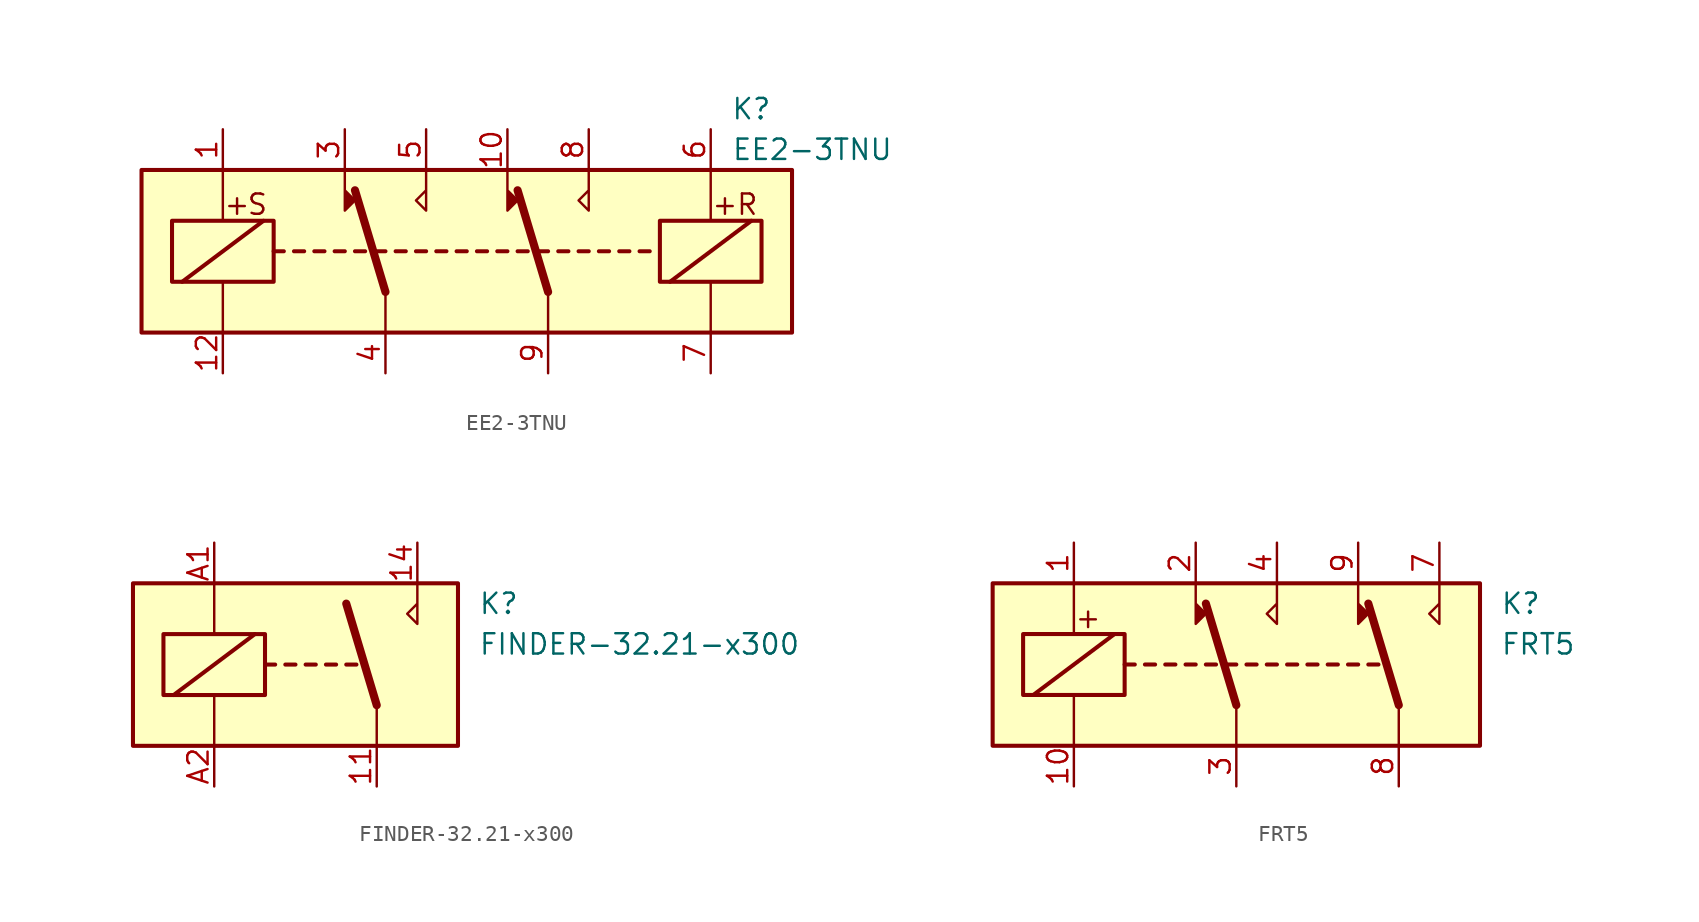
<source format=kicad_sym>
(kicad_symbol_lib
  (version 20201005)
  (generator kicad_symbol_editor)
  (symbol "EE2-3TNU"
    (property "Reference" "K"
      (at 17.78 8.89 0)
      (effects (font (size 1.27 1.27))))
    (property "Value" "EE2-3TNU"
      (at 21.59 6.35 0)
      (effects (font (size 1.27 1.27))))
    (symbol "EE2-3TNU_1_1"
      (text "+" (at -14.351 2.921 0) (effects (font (size 1.27 1.27))))
      (text "+" (at 16.129 2.921 0) (effects (font (size 1.27 1.27))))
      (text "R" (at 17.526 2.921 0) (effects (font (size 1.27 1.27))))
      (text "S" (at -13.081 2.921 0) (effects (font (size 1.27 1.27))))
      (rectangle (start -18.415 1.905) (end -12.065 -1.905) (stroke (width 0.254)) (fill (type none)))
      (rectangle (start 12.065 1.905) (end 18.415 -1.905) (stroke (width 0.254)) (fill (type none)))
      (rectangle (start -20.32 5.08) (end 20.32 -5.08) (stroke (width 0.254)) (fill (type background)))
      (polyline (pts (xy -17.78 -1.905) (xy -12.7 1.905)) (stroke (width 0.254)) (fill (type none)))
      (polyline (pts (xy -15.24 -5.08) (xy -15.24 -1.905)) (stroke (width 0)) (fill (type none)))
      (polyline (pts (xy -15.24 5.08) (xy -15.24 1.905)) (stroke (width 0)) (fill (type none)))
      (polyline (pts (xy -12.065 0) (xy -11.43 0)) (stroke (width 0.254)) (fill (type none)))
      (polyline (pts (xy -10.795 0) (xy -10.16 0)) (stroke (width 0.254)) (fill (type none)))
      (polyline (pts (xy -9.525 0) (xy -8.89 0)) (stroke (width 0.254)) (fill (type none)))
      (polyline (pts (xy -8.255 0) (xy -7.62 0)) (stroke (width 0.254)) (fill (type none)))
      (polyline (pts (xy -6.985 0) (xy -6.35 0)) (stroke (width 0.254)) (fill (type none)))
      (polyline (pts (xy -5.715 0) (xy -5.08 0)) (stroke (width 0.254)) (fill (type none)))
      (polyline (pts (xy -5.08 -2.54) (xy -6.985 3.81)) (stroke (width 0.508)) (fill (type none)))
      (polyline (pts (xy -5.08 -2.54) (xy -5.08 -5.08)) (stroke (width 0)) (fill (type none)))
      (polyline (pts (xy -4.445 0) (xy -3.81 0)) (stroke (width 0.254)) (fill (type none)))
      (polyline (pts (xy -3.175 0) (xy -2.54 0)) (stroke (width 0.254)) (fill (type none)))
      (polyline (pts (xy -1.905 0) (xy -1.27 0)) (stroke (width 0.254)) (fill (type none)))
      (polyline (pts (xy -0.635 0) (xy 0 0)) (stroke (width 0.254)) (fill (type none)))
      (polyline (pts (xy 0.635 0) (xy 1.27 0)) (stroke (width 0.254)) (fill (type none)))
      (polyline (pts (xy 1.905 0) (xy 2.54 0)) (stroke (width 0.254)) (fill (type none)))
      (polyline (pts (xy 3.175 0) (xy 3.81 0)) (stroke (width 0.254)) (fill (type none)))
      (polyline (pts (xy 4.445 0) (xy 5.08 0)) (stroke (width 0.254)) (fill (type none)))
      (polyline (pts (xy 5.08 -2.54) (xy 3.175 3.81)) (stroke (width 0.508)) (fill (type none)))
      (polyline (pts (xy 5.08 -2.54) (xy 5.08 -5.08)) (stroke (width 0)) (fill (type none)))
      (polyline (pts (xy 5.715 0) (xy 6.35 0)) (stroke (width 0.254)) (fill (type none)))
      (polyline (pts (xy 6.985 0) (xy 7.62 0)) (stroke (width 0.254)) (fill (type none)))
      (polyline (pts (xy 8.255 0) (xy 8.89 0)) (stroke (width 0.254)) (fill (type none)))
      (polyline (pts (xy 9.525 0) (xy 10.16 0)) (stroke (width 0.254)) (fill (type none)))
      (polyline (pts (xy 10.795 0) (xy 11.43 0)) (stroke (width 0.254)) (fill (type none)))
      (polyline (pts (xy 12.7 -1.905) (xy 17.78 1.905)) (stroke (width 0.254)) (fill (type none)))
      (polyline (pts (xy 15.24 -5.08) (xy 15.24 -1.905)) (stroke (width 0)) (fill (type none)))
      (polyline (pts (xy 15.24 5.08) (xy 15.24 1.905)) (stroke (width 0)) (fill (type none)))
      (polyline (pts (xy -2.54 5.08) (xy -2.54 2.54) (xy -3.175 3.175) (xy -2.54 3.81)) (stroke (width 0)) (fill (type none)))
      (polyline (pts (xy 7.62 5.08) (xy 7.62 2.54) (xy 6.985 3.175) (xy 7.62 3.81)) (stroke (width 0)) (fill (type none)))
      (polyline (pts (xy -7.62 5.08) (xy -7.62 2.54) (xy -6.985 3.175) (xy -7.62 3.81)) (stroke (width 0)) (fill (type outline)))
      (polyline (pts (xy 2.54 5.08) (xy 2.54 2.54) (xy 3.175 3.175) (xy 2.54 3.81)) (stroke (width 0)) (fill (type outline)))
      (pin passive line (at -15.24 7.62 270) (length 2.54) (name "~" (effects (font (size 1.27 1.27)))) (number "1" (effects (font (size 1.27 1.27)))))
      (pin passive line (at 2.54 7.62 270) (length 2.54) (name "~" (effects (font (size 1.27 1.27)))) (number "10" (effects (font (size 1.27 1.27)))))
      (pin passive line (at -15.24 -7.62 90) (length 2.54) (name "~" (effects (font (size 1.27 1.27)))) (number "12" (effects (font (size 1.27 1.27)))))
      (pin passive line (at -7.62 7.62 270) (length 2.54) (name "~" (effects (font (size 1.27 1.27)))) (number "3" (effects (font (size 1.27 1.27)))))
      (pin passive line (at -5.08 -7.62 90) (length 2.54) (name "~" (effects (font (size 1.27 1.27)))) (number "4" (effects (font (size 1.27 1.27)))))
      (pin passive line (at -2.54 7.62 270) (length 2.54) (name "~" (effects (font (size 1.27 1.27)))) (number "5" (effects (font (size 1.27 1.27)))))
      (pin passive line (at 15.24 7.62 270) (length 2.54) (name "~" (effects (font (size 1.27 1.27)))) (number "6" (effects (font (size 1.27 1.27)))))
      (pin passive line (at 15.24 -7.62 90) (length 2.54) (name "~" (effects (font (size 1.27 1.27)))) (number "7" (effects (font (size 1.27 1.27)))))
      (pin passive line (at 7.62 7.62 270) (length 2.54) (name "~" (effects (font (size 1.27 1.27)))) (number "8" (effects (font (size 1.27 1.27)))))
      (pin passive line (at 5.08 -7.62 90) (length 2.54) (name "~" (effects (font (size 1.27 1.27)))) (number "9" (effects (font (size 1.27 1.27)))))))
  (symbol "FINDER-32.21-x300"
    (property "Reference" "K"
      (at 11.43 3.81 0)
      (effects (font (size 1.27 1.27)) (justify left)))
    (property "Value" "FINDER-32.21-x300"
      (at 11.43 1.27 0)
      (effects (font (size 1.27 1.27)) (justify left)))
    (symbol "FINDER-32.21-x300_0_1"
      (rectangle (start -8.255 1.905) (end -1.905 -1.905) (stroke (width 0.254)) (fill (type none)))
      (rectangle (start -10.16 5.08) (end 10.16 -5.08) (stroke (width 0.254)) (fill (type background)))
      (polyline (pts (xy -7.62 -1.905) (xy -2.54 1.905)) (stroke (width 0.254)) (fill (type none)))
      (polyline (pts (xy -5.08 -5.08) (xy -5.08 -1.905)) (stroke (width 0)) (fill (type none)))
      (polyline (pts (xy -5.08 5.08) (xy -5.08 1.905)) (stroke (width 0)) (fill (type none)))
      (polyline (pts (xy -1.905 0) (xy -1.27 0)) (stroke (width 0.254)) (fill (type none)))
      (polyline (pts (xy -0.635 0) (xy 0 0)) (stroke (width 0.254)) (fill (type none)))
      (polyline (pts (xy 0.635 0) (xy 1.27 0)) (stroke (width 0.254)) (fill (type none)))
      (polyline (pts (xy 1.905 0) (xy 2.54 0)) (stroke (width 0.254)) (fill (type none)))
      (polyline (pts (xy 3.175 0) (xy 3.81 0)) (stroke (width 0.254)) (fill (type none)))
      (polyline (pts (xy 5.08 -2.54) (xy 3.175 3.81)) (stroke (width 0.508)) (fill (type none)))
      (polyline (pts (xy 5.08 -2.54) (xy 5.08 -5.08)) (stroke (width 0)) (fill (type none)))
      (polyline (pts (xy 7.62 5.08) (xy 7.62 2.54) (xy 6.985 3.175) (xy 7.62 3.81)) (stroke (width 0)) (fill (type none))))
    (symbol "FINDER-32.21-x300_1_1"
      (pin passive line (at 5.08 -7.62 90) (length 2.54) (name "~" (effects (font (size 1.27 1.27)))) (number "11" (effects (font (size 1.27 1.27)))))
      (pin passive line (at 7.62 7.62 270) (length 2.54) (name "~" (effects (font (size 1.27 1.27)))) (number "14" (effects (font (size 1.27 1.27)))))
      (pin passive line (at -5.08 7.62 270) (length 2.54) (name "~" (effects (font (size 1.27 1.27)))) (number "A1" (effects (font (size 1.27 1.27)))))
      (pin passive line (at -5.08 -7.62 90) (length 2.54) (name "~" (effects (font (size 1.27 1.27)))) (number "A2" (effects (font (size 1.27 1.27)))))))
  (symbol "FRT5"
    (property "Reference" "K"
      (at 16.51 3.81 0)
      (effects (font (size 1.27 1.27)) (justify left)))
    (property "Value" "FRT5"
      (at 16.51 1.27 0)
      (effects (font (size 1.27 1.27)) (justify left)))
    (symbol "FRT5_0_0"
      (text "+" (at -9.271 2.921 0) (effects (font (size 1.27 1.27)))))
    (symbol "FRT5_0_1"
      (rectangle (start -13.335 1.905) (end -6.985 -1.905) (stroke (width 0.254)) (fill (type none)))
      (rectangle (start -15.24 5.08) (end 15.24 -5.08) (stroke (width 0.254)) (fill (type background)))
      (polyline (pts (xy -12.7 -1.905) (xy -7.62 1.905)) (stroke (width 0.254)) (fill (type none)))
      (polyline (pts (xy -10.16 -5.08) (xy -10.16 -1.905)) (stroke (width 0)) (fill (type none)))
      (polyline (pts (xy -10.16 5.08) (xy -10.16 1.905)) (stroke (width 0)) (fill (type none)))
      (polyline (pts (xy -6.985 0) (xy -6.35 0)) (stroke (width 0.254)) (fill (type none)))
      (polyline (pts (xy -5.715 0) (xy -5.08 0)) (stroke (width 0.254)) (fill (type none)))
      (polyline (pts (xy -4.445 0) (xy -3.81 0)) (stroke (width 0.254)) (fill (type none)))
      (polyline (pts (xy -3.175 0) (xy -2.54 0)) (stroke (width 0.254)) (fill (type none)))
      (polyline (pts (xy -1.905 0) (xy -1.27 0)) (stroke (width 0.254)) (fill (type none)))
      (polyline (pts (xy -0.635 0) (xy 0 0)) (stroke (width 0.254)) (fill (type none)))
      (polyline (pts (xy 0 -2.54) (xy -1.905 3.81)) (stroke (width 0.508)) (fill (type none)))
      (polyline (pts (xy 0 -2.54) (xy 0 -5.08)) (stroke (width 0)) (fill (type none)))
      (polyline (pts (xy 0.635 0) (xy 1.27 0)) (stroke (width 0.254)) (fill (type none)))
      (polyline (pts (xy 1.905 0) (xy 2.54 0)) (stroke (width 0.254)) (fill (type none)))
      (polyline (pts (xy 3.175 0) (xy 3.81 0)) (stroke (width 0.254)) (fill (type none)))
      (polyline (pts (xy 4.445 0) (xy 5.08 0)) (stroke (width 0.254)) (fill (type none)))
      (polyline (pts (xy 5.715 0) (xy 6.35 0)) (stroke (width 0.254)) (fill (type none)))
      (polyline (pts (xy 6.985 0) (xy 7.62 0)) (stroke (width 0.254)) (fill (type none)))
      (polyline (pts (xy 8.255 0) (xy 8.89 0)) (stroke (width 0.254)) (fill (type none)))
      (polyline (pts (xy 10.16 -2.54) (xy 8.255 3.81)) (stroke (width 0.508)) (fill (type none)))
      (polyline (pts (xy 10.16 -2.54) (xy 10.16 -5.08)) (stroke (width 0)) (fill (type none)))
      (polyline (pts (xy 2.54 5.08) (xy 2.54 2.54) (xy 1.905 3.175) (xy 2.54 3.81)) (stroke (width 0)) (fill (type none)))
      (polyline (pts (xy 12.7 5.08) (xy 12.7 2.54) (xy 12.065 3.175) (xy 12.7 3.81)) (stroke (width 0)) (fill (type none)))
      (polyline (pts (xy -2.54 5.08) (xy -2.54 2.54) (xy -1.905 3.175) (xy -2.54 3.81)) (stroke (width 0)) (fill (type outline)))
      (polyline (pts (xy 7.62 5.08) (xy 7.62 2.54) (xy 8.255 3.175) (xy 7.62 3.81)) (stroke (width 0)) (fill (type outline))))
    (symbol "FRT5_1_1"
      (pin passive line (at -10.16 7.62 270) (length 2.54) (name "~" (effects (font (size 1.27 1.27)))) (number "1" (effects (font (size 1.27 1.27)))))
      (pin passive line (at -10.16 -7.62 90) (length 2.54) (name "~" (effects (font (size 1.27 1.27)))) (number "10" (effects (font (size 1.27 1.27)))))
      (pin passive line (at -2.54 7.62 270) (length 2.54) (name "~" (effects (font (size 1.27 1.27)))) (number "2" (effects (font (size 1.27 1.27)))))
      (pin passive line (at 0 -7.62 90) (length 2.54) (name "~" (effects (font (size 1.27 1.27)))) (number "3" (effects (font (size 1.27 1.27)))))
      (pin passive line (at 2.54 7.62 270) (length 2.54) (name "~" (effects (font (size 1.27 1.27)))) (number "4" (effects (font (size 1.27 1.27)))))
      (pin passive line (at 12.7 7.62 270) (length 2.54) (name "~" (effects (font (size 1.27 1.27)))) (number "7" (effects (font (size 1.27 1.27)))))
      (pin passive line (at 10.16 -7.62 90) (length 2.54) (name "~" (effects (font (size 1.27 1.27)))) (number "8" (effects (font (size 1.27 1.27)))))
      (pin passive line (at 7.62 7.62 270) (length 2.54) (name "~" (effects (font (size 1.27 1.27)))) (number "9" (effects (font (size 1.27 1.27))))))))
</source>
